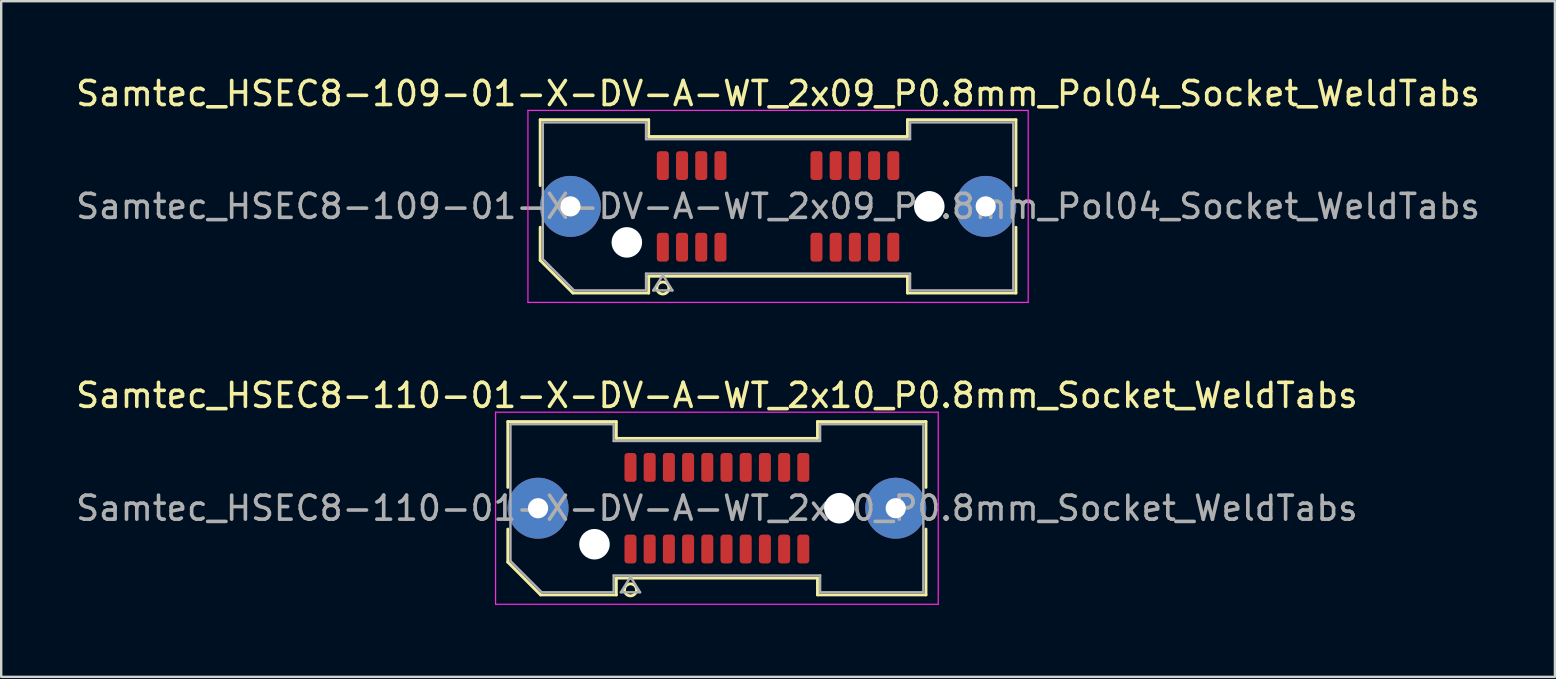
<source format=kicad_pcb>
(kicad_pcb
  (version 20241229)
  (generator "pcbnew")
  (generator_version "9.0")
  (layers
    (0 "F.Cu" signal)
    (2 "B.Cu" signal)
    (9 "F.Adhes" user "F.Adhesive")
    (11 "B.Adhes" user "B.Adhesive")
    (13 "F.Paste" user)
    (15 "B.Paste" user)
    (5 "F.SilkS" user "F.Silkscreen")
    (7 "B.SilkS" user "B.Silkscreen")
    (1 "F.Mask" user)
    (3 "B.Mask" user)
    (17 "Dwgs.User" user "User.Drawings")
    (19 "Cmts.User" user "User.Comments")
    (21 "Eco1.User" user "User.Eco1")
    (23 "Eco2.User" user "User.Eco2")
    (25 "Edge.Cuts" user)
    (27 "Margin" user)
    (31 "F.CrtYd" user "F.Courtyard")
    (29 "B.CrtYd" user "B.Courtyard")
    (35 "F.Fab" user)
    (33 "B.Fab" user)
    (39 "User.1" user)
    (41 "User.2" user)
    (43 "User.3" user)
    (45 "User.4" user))
  (footprint "Samtec_HSEC8-109-01-X-DV-A-WT_2x09_P0.8mm_Pol04_Socket_WeldTabs"
    (layer "F.Cu")
    (at 29.363 5.548)
    (property "Reference" "Samtec_HSEC8-109-01-X-DV-A-WT_2x09_P0.8mm_Pol04_Socket_WeldTabs" (at 0 -4.7 0) (layer "F.SilkS") (effects (font (size 1 1) (thickness 0.15))))
    (attr smd)
    (fp_line (start -9.91 -3.61) (end -5.39 -3.61) (stroke (width 0.12) (type solid)) (layer "F.SilkS"))
    (fp_line (start -9.91 -0.868) (end -9.91 -3.61) (stroke (width 0.12) (type solid)) (layer "F.SilkS"))
    (fp_line (start -9.91 2.246) (end -9.91 0.868) (stroke (width 0.12) (type solid)) (layer "F.SilkS"))
    (fp_line (start -8.546 3.61) (end -9.91 2.246) (stroke (width 0.12) (type solid)) (layer "F.SilkS"))
    (fp_line (start -5.39 -3.61) (end -5.39 -2.91) (stroke (width 0.12) (type solid)) (layer "F.SilkS"))
    (fp_line (start -5.39 -2.91) (end 5.39 -2.91) (stroke (width 0.12) (type solid)) (layer "F.SilkS"))
    (fp_line (start -5.39 2.91) (end -5.39 3.61) (stroke (width 0.12) (type solid)) (layer "F.SilkS"))
    (fp_line (start -5.39 3.61) (end -8.546 3.61) (stroke (width 0.12) (type solid)) (layer "F.SilkS"))
    (fp_line (start 5.39 -3.61) (end 9.91 -3.61) (stroke (width 0.12) (type solid)) (layer "F.SilkS"))
    (fp_line (start 5.39 -2.91) (end 5.39 -3.61) (stroke (width 0.12) (type solid)) (layer "F.SilkS"))
    (fp_line (start 5.39 2.91) (end -5.39 2.91) (stroke (width 0.12) (type solid)) (layer "F.SilkS"))
    (fp_line (start 5.39 3.61) (end 5.39 2.91) (stroke (width 0.12) (type solid)) (layer "F.SilkS"))
    (fp_line (start 9.91 -3.61) (end 9.91 -0.868) (stroke (width 0.12) (type solid)) (layer "F.SilkS"))
    (fp_line (start 9.91 0.868) (end 9.91 3.61) (stroke (width 0.12) (type solid)) (layer "F.SilkS"))
    (fp_line (start 9.91 3.61) (end 5.39 3.61) (stroke (width 0.12) (type solid)) (layer "F.SilkS"))
    (fp_arc (start -4.55 3.4) (mid -5.05 3.4) (end -4.55 3.4) (stroke (width 0.12) (type solid)) (layer "F.SilkS"))
    (fp_line (start -10.42 -4) (end -10.42 4) (stroke (width 0.05) (type solid)) (layer "F.CrtYd"))
    (fp_line (start -10.42 4) (end 10.42 4) (stroke (width 0.05) (type solid)) (layer "F.CrtYd"))
    (fp_line (start 10.42 -4) (end -10.42 -4) (stroke (width 0.05) (type solid)) (layer "F.CrtYd"))
    (fp_line (start 10.42 4) (end 10.42 -4) (stroke (width 0.05) (type solid)) (layer "F.CrtYd"))
    (fp_line (start -9.8 -3.5) (end -5.5 -3.5) (stroke (width 0.1) (type solid)) (layer "F.Fab"))
    (fp_line (start -9.8 2.2) (end -9.8 -3.5) (stroke (width 0.1) (type solid)) (layer "F.Fab"))
    (fp_line (start -8.5 3.5) (end -9.8 2.2) (stroke (width 0.1) (type solid)) (layer "F.Fab"))
    (fp_line (start -5.5 -3.5) (end -5.5 -2.8) (stroke (width 0.1) (type solid)) (layer "F.Fab"))
    (fp_line (start -5.5 -2.8) (end 5.5 -2.8) (stroke (width 0.1) (type solid)) (layer "F.Fab"))
    (fp_line (start -5.5 2.8) (end -5.5 3.5) (stroke (width 0.1) (type solid)) (layer "F.Fab"))
    (fp_line (start -5.5 3.5) (end -8.5 3.5) (stroke (width 0.1) (type solid)) (layer "F.Fab"))
    (fp_line (start -5.2 3.5) (end -4.8 2.86) (stroke (width 0.1) (type solid)) (layer "F.Fab"))
    (fp_line (start -4.8 2.86) (end -4.4 3.5) (stroke (width 0.1) (type solid)) (layer "F.Fab"))
    (fp_line (start -4.4 3.5) (end -5.2 3.5) (stroke (width 0.1) (type solid)) (layer "F.Fab"))
    (fp_line (start 5.5 -3.5) (end 9.8 -3.5) (stroke (width 0.1) (type solid)) (layer "F.Fab"))
    (fp_line (start 5.5 -2.8) (end 5.5 -3.5) (stroke (width 0.1) (type solid)) (layer "F.Fab"))
    (fp_line (start 5.5 2.8) (end -5.5 2.8) (stroke (width 0.1) (type solid)) (layer "F.Fab"))
    (fp_line (start 5.5 3.5) (end 5.5 2.8) (stroke (width 0.1) (type solid)) (layer "F.Fab"))
    (fp_line (start 9.8 -3.5) (end 9.8 3.5) (stroke (width 0.1) (type solid)) (layer "F.Fab"))
    (fp_line (start 9.8 3.5) (end 5.5 3.5) (stroke (width 0.1) (type solid)) (layer "F.Fab"))
    (fp_text user "${REFERENCE}" (at 0 0 0) (layer "F.Fab") (effects (font (size 1 1) (thickness 0.15))))
    (pad "" thru_hole circle (at -8.65 0) (size 2.54 2.54) (drill 0.84) (layers "*.Cu" "*.Mask" "F.Paste"))
    (pad "" np_thru_hole circle (at -6.3 1.5) (size 1.27 1.27) (drill 1.27) (layers "*.Cu" "*.Mask"))
    (pad "" np_thru_hole circle (at 6.3 0) (size 1.27 1.27) (drill 1.27) (layers "*.Cu" "*.Mask"))
    (pad "" thru_hole circle (at 8.65 0) (size 2.54 2.54) (drill 0.84) (layers "*.Cu" "*.Mask" "F.Paste"))
    (pad "1" smd roundrect (at -4.8 1.7) (size 0.5 1.2) (layers "F.Cu" "F.Mask" "F.Paste") (roundrect_rratio 0.25))
    (pad "2" smd roundrect (at -4.8 -1.7) (size 0.5 1.2) (layers "F.Cu" "F.Mask" "F.Paste") (roundrect_rratio 0.25))
    (pad "3" smd roundrect (at -4 1.7) (size 0.5 1.2) (layers "F.Cu" "F.Mask" "F.Paste") (roundrect_rratio 0.25))
    (pad "4" smd roundrect (at -4 -1.7) (size 0.5 1.2) (layers "F.Cu" "F.Mask" "F.Paste") (roundrect_rratio 0.25))
    (pad "5" smd roundrect (at -3.2 1.7) (size 0.5 1.2) (layers "F.Cu" "F.Mask" "F.Paste") (roundrect_rratio 0.25))
    (pad "6" smd roundrect (at -3.2 -1.7) (size 0.5 1.2) (layers "F.Cu" "F.Mask" "F.Paste") (roundrect_rratio 0.25))
    (pad "7" smd roundrect (at -2.4 1.7) (size 0.5 1.2) (layers "F.Cu" "F.Mask" "F.Paste") (roundrect_rratio 0.25))
    (pad "8" smd roundrect (at -2.4 -1.7) (size 0.5 1.2) (layers "F.Cu" "F.Mask" "F.Paste") (roundrect_rratio 0.25))
    (pad "9" smd roundrect (at 1.6 1.7) (size 0.5 1.2) (layers "F.Cu" "F.Mask" "F.Paste") (roundrect_rratio 0.25))
    (pad "10" smd roundrect (at 1.6 -1.7) (size 0.5 1.2) (layers "F.Cu" "F.Mask" "F.Paste") (roundrect_rratio 0.25))
    (pad "11" smd roundrect (at 2.4 1.7) (size 0.5 1.2) (layers "F.Cu" "F.Mask" "F.Paste") (roundrect_rratio 0.25))
    (pad "12" smd roundrect (at 2.4 -1.7) (size 0.5 1.2) (layers "F.Cu" "F.Mask" "F.Paste") (roundrect_rratio 0.25))
    (pad "13" smd roundrect (at 3.2 1.7) (size 0.5 1.2) (layers "F.Cu" "F.Mask" "F.Paste") (roundrect_rratio 0.25))
    (pad "14" smd roundrect (at 3.2 -1.7) (size 0.5 1.2) (layers "F.Cu" "F.Mask" "F.Paste") (roundrect_rratio 0.25))
    (pad "15" smd roundrect (at 4 1.7) (size 0.5 1.2) (layers "F.Cu" "F.Mask" "F.Paste") (roundrect_rratio 0.25))
    (pad "16" smd roundrect (at 4 -1.7) (size 0.5 1.2) (layers "F.Cu" "F.Mask" "F.Paste") (roundrect_rratio 0.25))
    (pad "17" smd roundrect (at 4.8 1.7) (size 0.5 1.2) (layers "F.Cu" "F.Mask" "F.Paste") (roundrect_rratio 0.25))
    (pad "18" smd roundrect (at 4.8 -1.7) (size 0.5 1.2) (layers "F.Cu" "F.Mask" "F.Paste") (roundrect_rratio 0.25)))
  (footprint "Samtec_HSEC8-110-01-X-DV-A-WT_2x10_P0.8mm_Socket_WeldTabs"
    (layer "F.Cu")
    (at 26.815 18.122)
    (property "Reference" "Samtec_HSEC8-110-01-X-DV-A-WT_2x10_P0.8mm_Socket_WeldTabs" (at 0 -4.7 0) (layer "F.SilkS") (effects (font (size 1 1) (thickness 0.15))))
    (attr smd)
    (fp_line (start -8.71 -3.61) (end -4.19 -3.61) (stroke (width 0.12) (type solid)) (layer "F.SilkS"))
    (fp_line (start -8.71 -0.868) (end -8.71 -3.61) (stroke (width 0.12) (type solid)) (layer "F.SilkS"))
    (fp_line (start -8.71 2.246) (end -8.71 0.868) (stroke (width 0.12) (type solid)) (layer "F.SilkS"))
    (fp_line (start -7.346 3.61) (end -8.71 2.246) (stroke (width 0.12) (type solid)) (layer "F.SilkS"))
    (fp_line (start -4.19 -3.61) (end -4.19 -2.91) (stroke (width 0.12) (type solid)) (layer "F.SilkS"))
    (fp_line (start -4.19 -2.91) (end 4.19 -2.91) (stroke (width 0.12) (type solid)) (layer "F.SilkS"))
    (fp_line (start -4.19 2.91) (end -4.19 3.61) (stroke (width 0.12) (type solid)) (layer "F.SilkS"))
    (fp_line (start -4.19 3.61) (end -7.346 3.61) (stroke (width 0.12) (type solid)) (layer "F.SilkS"))
    (fp_line (start 4.19 -3.61) (end 8.71 -3.61) (stroke (width 0.12) (type solid)) (layer "F.SilkS"))
    (fp_line (start 4.19 -2.91) (end 4.19 -3.61) (stroke (width 0.12) (type solid)) (layer "F.SilkS"))
    (fp_line (start 4.19 2.91) (end -4.19 2.91) (stroke (width 0.12) (type solid)) (layer "F.SilkS"))
    (fp_line (start 4.19 3.61) (end 4.19 2.91) (stroke (width 0.12) (type solid)) (layer "F.SilkS"))
    (fp_line (start 8.71 -3.61) (end 8.71 -0.868) (stroke (width 0.12) (type solid)) (layer "F.SilkS"))
    (fp_line (start 8.71 0.868) (end 8.71 3.61) (stroke (width 0.12) (type solid)) (layer "F.SilkS"))
    (fp_line (start 8.71 3.61) (end 4.19 3.61) (stroke (width 0.12) (type solid)) (layer "F.SilkS"))
    (fp_arc (start -3.35 3.4) (mid -3.85 3.4) (end -3.35 3.4) (stroke (width 0.12) (type solid)) (layer "F.SilkS"))
    (fp_line (start -9.22 -4) (end -9.22 4) (stroke (width 0.05) (type solid)) (layer "F.CrtYd"))
    (fp_line (start -9.22 4) (end 9.22 4) (stroke (width 0.05) (type solid)) (layer "F.CrtYd"))
    (fp_line (start 9.22 -4) (end -9.22 -4) (stroke (width 0.05) (type solid)) (layer "F.CrtYd"))
    (fp_line (start 9.22 4) (end 9.22 -4) (stroke (width 0.05) (type solid)) (layer "F.CrtYd"))
    (fp_line (start -8.6 -3.5) (end -4.3 -3.5) (stroke (width 0.1) (type solid)) (layer "F.Fab"))
    (fp_line (start -8.6 2.2) (end -8.6 -3.5) (stroke (width 0.1) (type solid)) (layer "F.Fab"))
    (fp_line (start -7.3 3.5) (end -8.6 2.2) (stroke (width 0.1) (type solid)) (layer "F.Fab"))
    (fp_line (start -4.3 -3.5) (end -4.3 -2.8) (stroke (width 0.1) (type solid)) (layer "F.Fab"))
    (fp_line (start -4.3 -2.8) (end 4.3 -2.8) (stroke (width 0.1) (type solid)) (layer "F.Fab"))
    (fp_line (start -4.3 2.8) (end -4.3 3.5) (stroke (width 0.1) (type solid)) (layer "F.Fab"))
    (fp_line (start -4.3 3.5) (end -7.3 3.5) (stroke (width 0.1) (type solid)) (layer "F.Fab"))
    (fp_line (start -4 3.5) (end -3.6 2.86) (stroke (width 0.1) (type solid)) (layer "F.Fab"))
    (fp_line (start -3.6 2.86) (end -3.2 3.5) (stroke (width 0.1) (type solid)) (layer "F.Fab"))
    (fp_line (start -3.2 3.5) (end -4 3.5) (stroke (width 0.1) (type solid)) (layer "F.Fab"))
    (fp_line (start 4.3 -3.5) (end 8.6 -3.5) (stroke (width 0.1) (type solid)) (layer "F.Fab"))
    (fp_line (start 4.3 -2.8) (end 4.3 -3.5) (stroke (width 0.1) (type solid)) (layer "F.Fab"))
    (fp_line (start 4.3 2.8) (end -4.3 2.8) (stroke (width 0.1) (type solid)) (layer "F.Fab"))
    (fp_line (start 4.3 3.5) (end 4.3 2.8) (stroke (width 0.1) (type solid)) (layer "F.Fab"))
    (fp_line (start 8.6 -3.5) (end 8.6 3.5) (stroke (width 0.1) (type solid)) (layer "F.Fab"))
    (fp_line (start 8.6 3.5) (end 4.3 3.5) (stroke (width 0.1) (type solid)) (layer "F.Fab"))
    (fp_text user "${REFERENCE}" (at 0 0 0) (layer "F.Fab") (effects (font (size 1 1) (thickness 0.15))))
    (pad "" thru_hole circle (at -7.45 0) (size 2.54 2.54) (drill 0.84) (layers "*.Cu" "*.Mask" "F.Paste"))
    (pad "" np_thru_hole circle (at -5.1 1.5) (size 1.27 1.27) (drill 1.27) (layers "*.Cu" "*.Mask"))
    (pad "" np_thru_hole circle (at 5.1 0) (size 1.27 1.27) (drill 1.27) (layers "*.Cu" "*.Mask"))
    (pad "" thru_hole circle (at 7.45 0) (size 2.54 2.54) (drill 0.84) (layers "*.Cu" "*.Mask" "F.Paste"))
    (pad "1" smd roundrect (at -3.6 1.7) (size 0.5 1.2) (layers "F.Cu" "F.Mask" "F.Paste") (roundrect_rratio 0.25))
    (pad "2" smd roundrect (at -3.6 -1.7) (size 0.5 1.2) (layers "F.Cu" "F.Mask" "F.Paste") (roundrect_rratio 0.25))
    (pad "3" smd roundrect (at -2.8 1.7) (size 0.5 1.2) (layers "F.Cu" "F.Mask" "F.Paste") (roundrect_rratio 0.25))
    (pad "4" smd roundrect (at -2.8 -1.7) (size 0.5 1.2) (layers "F.Cu" "F.Mask" "F.Paste") (roundrect_rratio 0.25))
    (pad "5" smd roundrect (at -2 1.7) (size 0.5 1.2) (layers "F.Cu" "F.Mask" "F.Paste") (roundrect_rratio 0.25))
    (pad "6" smd roundrect (at -2 -1.7) (size 0.5 1.2) (layers "F.Cu" "F.Mask" "F.Paste") (roundrect_rratio 0.25))
    (pad "7" smd roundrect (at -1.2 1.7) (size 0.5 1.2) (layers "F.Cu" "F.Mask" "F.Paste") (roundrect_rratio 0.25))
    (pad "8" smd roundrect (at -1.2 -1.7) (size 0.5 1.2) (layers "F.Cu" "F.Mask" "F.Paste") (roundrect_rratio 0.25))
    (pad "9" smd roundrect (at -0.4 1.7) (size 0.5 1.2) (layers "F.Cu" "F.Mask" "F.Paste") (roundrect_rratio 0.25))
    (pad "10" smd roundrect (at -0.4 -1.7) (size 0.5 1.2) (layers "F.Cu" "F.Mask" "F.Paste") (roundrect_rratio 0.25))
    (pad "11" smd roundrect (at 0.4 1.7) (size 0.5 1.2) (layers "F.Cu" "F.Mask" "F.Paste") (roundrect_rratio 0.25))
    (pad "12" smd roundrect (at 0.4 -1.7) (size 0.5 1.2) (layers "F.Cu" "F.Mask" "F.Paste") (roundrect_rratio 0.25))
    (pad "13" smd roundrect (at 1.2 1.7) (size 0.5 1.2) (layers "F.Cu" "F.Mask" "F.Paste") (roundrect_rratio 0.25))
    (pad "14" smd roundrect (at 1.2 -1.7) (size 0.5 1.2) (layers "F.Cu" "F.Mask" "F.Paste") (roundrect_rratio 0.25))
    (pad "15" smd roundrect (at 2 1.7) (size 0.5 1.2) (layers "F.Cu" "F.Mask" "F.Paste") (roundrect_rratio 0.25))
    (pad "16" smd roundrect (at 2 -1.7) (size 0.5 1.2) (layers "F.Cu" "F.Mask" "F.Paste") (roundrect_rratio 0.25))
    (pad "17" smd roundrect (at 2.8 1.7) (size 0.5 1.2) (layers "F.Cu" "F.Mask" "F.Paste") (roundrect_rratio 0.25))
    (pad "18" smd roundrect (at 2.8 -1.7) (size 0.5 1.2) (layers "F.Cu" "F.Mask" "F.Paste") (roundrect_rratio 0.25))
    (pad "19" smd roundrect (at 3.6 1.7) (size 0.5 1.2) (layers "F.Cu" "F.Mask" "F.Paste") (roundrect_rratio 0.25))
    (pad "20" smd roundrect (at 3.6 -1.7) (size 0.5 1.2) (layers "F.Cu" "F.Mask" "F.Paste") (roundrect_rratio 0.25)))
  (gr_rect
    (start -3 -3)
    (end 61.726 25.146)
    (stroke (width 0.1) (type default))
    (fill no)
    (layer "Edge.Cuts")))
</source>
